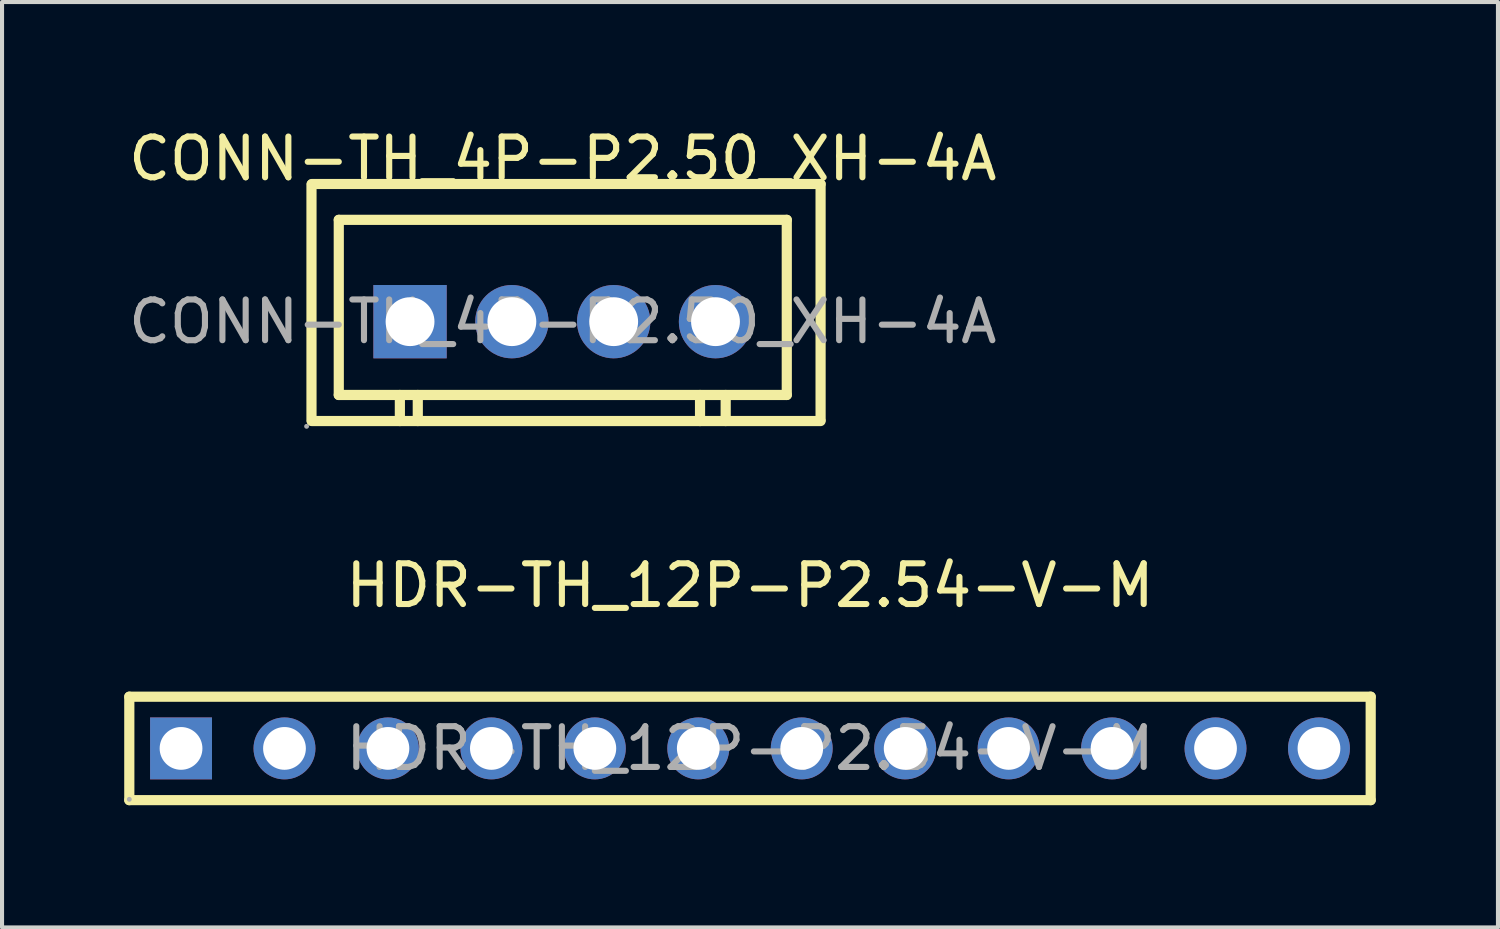
<source format=kicad_pcb>
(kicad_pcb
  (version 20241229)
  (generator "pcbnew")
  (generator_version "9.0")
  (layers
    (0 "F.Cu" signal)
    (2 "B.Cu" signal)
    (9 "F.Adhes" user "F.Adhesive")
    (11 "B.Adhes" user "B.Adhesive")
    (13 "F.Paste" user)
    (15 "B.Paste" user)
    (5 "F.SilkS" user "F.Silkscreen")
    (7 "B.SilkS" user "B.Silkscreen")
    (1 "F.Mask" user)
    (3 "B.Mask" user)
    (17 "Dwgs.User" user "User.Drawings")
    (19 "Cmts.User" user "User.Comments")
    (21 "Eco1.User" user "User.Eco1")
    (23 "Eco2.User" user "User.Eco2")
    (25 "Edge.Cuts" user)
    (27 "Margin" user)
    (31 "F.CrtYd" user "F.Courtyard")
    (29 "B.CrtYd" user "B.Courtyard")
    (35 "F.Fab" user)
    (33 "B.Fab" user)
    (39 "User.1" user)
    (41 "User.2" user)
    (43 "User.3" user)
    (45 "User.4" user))
  (footprint "CONN-TH_4P-P2.50_XH-4A"
    (layer "F.Cu")
    (at 10.768 4.848)
    (property "Reference" "CONN-TH_4P-P2.50_XH-4A" (at 0 -4 0) (layer "F.SilkS") (effects (font (size 1 1) (thickness 0.15))))
    (attr through_hole)
    (fp_line (start -6.17 -3.37) (end -6.17 2.43) (stroke (width 0.25) (type solid)) (layer "F.SilkS"))
    (fp_line (start -6.16 -3.38) (end 6.33 -3.38) (stroke (width 0.25) (type solid)) (layer "F.SilkS"))
    (fp_line (start -6.16 2.44) (end 6.33 2.44) (stroke (width 0.25) (type solid)) (layer "F.SilkS"))
    (fp_line (start -5.5 -2.5) (end -5.5 1.8) (stroke (width 0.25) (type solid)) (layer "F.SilkS"))
    (fp_line (start -5.5 1.8) (end 5.5 1.8) (stroke (width 0.25) (type solid)) (layer "F.SilkS"))
    (fp_line (start -4 1.8) (end -4 2.44) (stroke (width 0.25) (type solid)) (layer "F.SilkS"))
    (fp_line (start -3.56 1.8) (end -3.56 2.44) (stroke (width 0.25) (type solid)) (layer "F.SilkS"))
    (fp_line (start 3.37 1.8) (end 3.37 2.44) (stroke (width 0.25) (type solid)) (layer "F.SilkS"))
    (fp_line (start 4 1.8) (end 4 2.44) (stroke (width 0.25) (type solid)) (layer "F.SilkS"))
    (fp_line (start 5.5 -2.5) (end -5.5 -2.5) (stroke (width 0.25) (type solid)) (layer "F.SilkS"))
    (fp_line (start 5.5 1.8) (end 5.5 -2.5) (stroke (width 0.25) (type solid)) (layer "F.SilkS"))
    (fp_line (start 6.33 -3.38) (end 6.33 2.41) (stroke (width 0.25) (type solid)) (layer "F.SilkS"))
    (fp_circle (center -6.29 2.57) (end -6.26 2.57) (stroke (width 0.06) (type solid)) (fill no) (layer "F.Fab"))
    (fp_circle (center -3.75 0) (end -3.5 0) (stroke (width 0.5) (type solid)) (fill no) (layer "F.Fab"))
    (fp_circle (center -1.25 0) (end -1 0) (stroke (width 0.5) (type solid)) (fill no) (layer "F.Fab"))
    (fp_circle (center 1.25 0) (end 1.5 0) (stroke (width 0.5) (type solid)) (fill no) (layer "F.Fab"))
    (fp_circle (center 3.75 0) (end 4 0) (stroke (width 0.5) (type solid)) (fill no) (layer "F.Fab"))
    (fp_text user "${REFERENCE}" (at 0 0 0) (layer "F.Fab") (effects (font (size 1 1) (thickness 0.15))))
    (pad "1" thru_hole rect (at -3.75 0) (size 1.8 1.8) (drill 1.199) (layers "*.Cu" "*.Mask"))
    (pad "2" thru_hole circle (at -1.25 0) (size 1.8 1.8) (drill 1.199) (layers "*.Cu" "*.Mask"))
    (pad "3" thru_hole circle (at 1.25 0) (size 1.8 1.8) (drill 1.199) (layers "*.Cu" "*.Mask"))
    (pad "4" thru_hole circle (at 3.75 0) (size 1.8 1.8) (drill 1.199) (layers "*.Cu" "*.Mask")))
  (footprint "HDR-TH_12P-P2.54-V-M"
    (layer "F.Cu")
    (at 15.365 15.326)
    (property "Reference" "HDR-TH_12P-P2.54-V-M" (at 0 -4 0) (layer "F.SilkS") (effects (font (size 1 1) (thickness 0.15))))
    (attr through_hole)
    (fp_line (start -15.24 -1.27) (end -15.24 1.27) (stroke (width 0.25) (type solid)) (layer "F.SilkS"))
    (fp_line (start -15.24 -1.27) (end 15.24 -1.27) (stroke (width 0.25) (type solid)) (layer "F.SilkS"))
    (fp_line (start -15.24 1.27) (end 15.24 1.27) (stroke (width 0.25) (type solid)) (layer "F.SilkS"))
    (fp_line (start 15.24 -1.27) (end 15.24 1.27) (stroke (width 0.25) (type solid)) (layer "F.SilkS"))
    (fp_circle (center -15.24 1.25) (end -15.21 1.25) (stroke (width 0.06) (type solid)) (fill no) (layer "F.Fab"))
    (fp_text user "${REFERENCE}" (at 0 0 0) (layer "F.Fab") (effects (font (size 1 1) (thickness 0.15))))
    (pad "1" thru_hole rect (at -13.97 0) (size 1.52 1.52) (drill 1.05) (layers "*.Cu" "*.Mask"))
    (pad "2" thru_hole circle (at -11.43 0) (size 1.52 1.52) (drill 1.05) (layers "*.Cu" "*.Mask"))
    (pad "3" thru_hole circle (at -8.89 0) (size 1.52 1.52) (drill 1.05) (layers "*.Cu" "*.Mask"))
    (pad "4" thru_hole circle (at -6.35 0) (size 1.52 1.52) (drill 1.05) (layers "*.Cu" "*.Mask"))
    (pad "5" thru_hole circle (at -3.81 0) (size 1.52 1.52) (drill 1.05) (layers "*.Cu" "*.Mask"))
    (pad "6" thru_hole circle (at -1.27 0) (size 1.52 1.52) (drill 1.05) (layers "*.Cu" "*.Mask"))
    (pad "7" thru_hole circle (at 1.27 0) (size 1.52 1.52) (drill 1.05) (layers "*.Cu" "*.Mask"))
    (pad "8" thru_hole circle (at 3.81 0) (size 1.52 1.52) (drill 1.05) (layers "*.Cu" "*.Mask"))
    (pad "9" thru_hole circle (at 6.35 0) (size 1.52 1.52) (drill 1.05) (layers "*.Cu" "*.Mask"))
    (pad "10" thru_hole circle (at 8.89 0) (size 1.52 1.52) (drill 1.05) (layers "*.Cu" "*.Mask"))
    (pad "11" thru_hole circle (at 11.43 0) (size 1.52 1.52) (drill 1.05) (layers "*.Cu" "*.Mask"))
    (pad "12" thru_hole circle (at 13.97 0) (size 1.52 1.52) (drill 1.05) (layers "*.Cu" "*.Mask")))
  (gr_rect
    (start -3 -3)
    (end 33.73 19.721)
    (stroke (width 0.1) (type default))
    (fill no)
    (layer "Edge.Cuts")))
</source>
